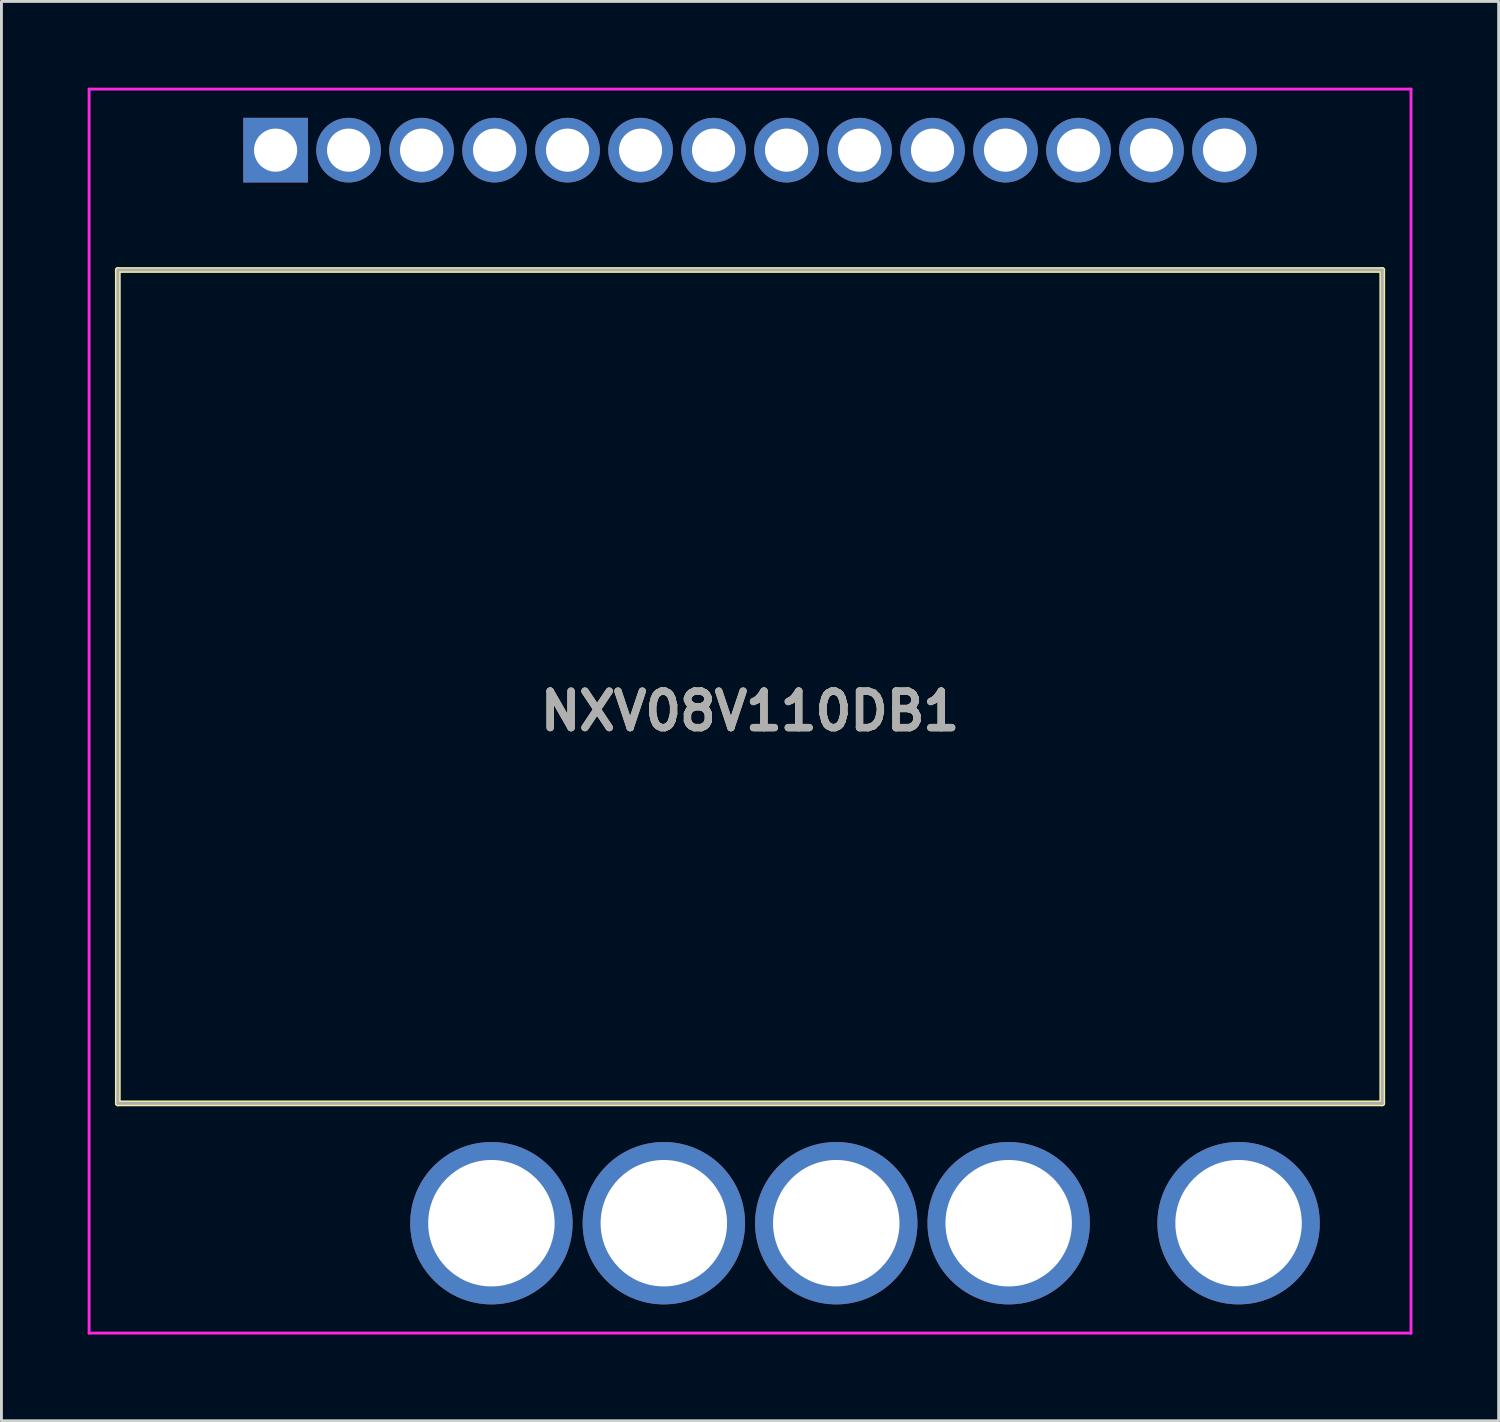
<source format=kicad_pcb>
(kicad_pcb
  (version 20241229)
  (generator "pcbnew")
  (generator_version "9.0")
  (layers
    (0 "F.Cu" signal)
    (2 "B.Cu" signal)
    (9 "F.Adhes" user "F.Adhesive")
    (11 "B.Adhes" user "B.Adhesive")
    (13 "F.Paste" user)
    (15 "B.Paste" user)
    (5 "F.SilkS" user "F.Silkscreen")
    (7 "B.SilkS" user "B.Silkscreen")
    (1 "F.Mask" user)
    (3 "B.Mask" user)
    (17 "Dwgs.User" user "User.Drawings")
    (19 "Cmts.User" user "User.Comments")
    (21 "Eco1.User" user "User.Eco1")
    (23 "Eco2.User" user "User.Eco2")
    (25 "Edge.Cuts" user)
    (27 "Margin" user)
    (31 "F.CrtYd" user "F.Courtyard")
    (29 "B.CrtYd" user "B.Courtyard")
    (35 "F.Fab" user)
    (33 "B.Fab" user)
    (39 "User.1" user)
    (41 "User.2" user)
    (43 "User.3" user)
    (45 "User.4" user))
  (footprint "NXV08V110DB1"
    (layer "F.Cu")
    (at 6.54 2.175)
    (property "Reference" "NXV08V110DB1" (at 16.51 19.52 0) (layer "F.SilkS") (effects (font (size 1.27 1.27) (thickness 0.254))))
    (attr through_hole)
    (fp_line (start -5.49 4.17) (end 38.51 4.17) (stroke (width 0.2) (type solid)) (layer "F.SilkS"))
    (fp_line (start -5.49 33.17) (end -5.49 4.17) (stroke (width 0.2) (type solid)) (layer "F.SilkS"))
    (fp_line (start 38.51 4.17) (end 38.51 33.17) (stroke (width 0.2) (type solid)) (layer "F.SilkS"))
    (fp_line (start 38.51 33.17) (end -5.49 33.17) (stroke (width 0.2) (type solid)) (layer "F.SilkS"))
    (fp_line (start -6.49 -2.125) (end 39.51 -2.125) (stroke (width 0.1) (type solid)) (layer "F.CrtYd"))
    (fp_line (start -6.49 41.165) (end -6.49 -2.125) (stroke (width 0.1) (type solid)) (layer "F.CrtYd"))
    (fp_line (start 39.51 -2.125) (end 39.51 41.165) (stroke (width 0.1) (type solid)) (layer "F.CrtYd"))
    (fp_line (start 39.51 41.165) (end -6.49 41.165) (stroke (width 0.1) (type solid)) (layer "F.CrtYd"))
    (fp_line (start -5.49 4.17) (end 38.51 4.17) (stroke (width 0.1) (type solid)) (layer "F.Fab"))
    (fp_line (start -5.49 33.17) (end -5.49 4.17) (stroke (width 0.1) (type solid)) (layer "F.Fab"))
    (fp_line (start 38.51 4.17) (end 38.51 33.17) (stroke (width 0.1) (type solid)) (layer "F.Fab"))
    (fp_line (start 38.51 33.17) (end -5.49 33.17) (stroke (width 0.1) (type solid)) (layer "F.Fab"))
    (fp_text user "${REFERENCE}" (at 16.51 19.52 0) (layer "F.Fab") (effects (font (size 1.27 1.27) (thickness 0.254))))
    (pad "1" thru_hole rect (at 0 0) (size 2.25 2.25) (drill 1.5) (layers "*.Cu" "*.Mask"))
    (pad "2" thru_hole circle (at 2.54 0) (size 2.25 2.25) (drill 1.5) (layers "*.Cu" "*.Mask"))
    (pad "3" thru_hole circle (at 5.08 0) (size 2.25 2.25) (drill 1.5) (layers "*.Cu" "*.Mask"))
    (pad "4" thru_hole circle (at 7.62 0) (size 2.25 2.25) (drill 1.5) (layers "*.Cu" "*.Mask"))
    (pad "5" thru_hole circle (at 10.16 0) (size 2.25 2.25) (drill 1.5) (layers "*.Cu" "*.Mask"))
    (pad "6" thru_hole circle (at 12.7 0) (size 2.25 2.25) (drill 1.5) (layers "*.Cu" "*.Mask"))
    (pad "7" thru_hole circle (at 15.24 0) (size 2.25 2.25) (drill 1.5) (layers "*.Cu" "*.Mask"))
    (pad "8" thru_hole circle (at 17.78 0) (size 2.25 2.25) (drill 1.5) (layers "*.Cu" "*.Mask"))
    (pad "9" thru_hole circle (at 20.32 0) (size 2.25 2.25) (drill 1.5) (layers "*.Cu" "*.Mask"))
    (pad "10" thru_hole circle (at 22.86 0) (size 2.25 2.25) (drill 1.5) (layers "*.Cu" "*.Mask"))
    (pad "11" thru_hole circle (at 25.4 0) (size 2.25 2.25) (drill 1.5) (layers "*.Cu" "*.Mask"))
    (pad "12" thru_hole circle (at 27.94 0) (size 2.25 2.25) (drill 1.5) (layers "*.Cu" "*.Mask"))
    (pad "13" thru_hole circle (at 30.48 0) (size 2.25 2.25) (drill 1.5) (layers "*.Cu" "*.Mask"))
    (pad "14" thru_hole circle (at 33.02 0) (size 2.25 2.25) (drill 1.5) (layers "*.Cu" "*.Mask"))
    (pad "15" thru_hole circle (at 33.51 37.34) (size 5.65 5.65) (drill 4.4) (layers "*.Cu" "*.Mask"))
    (pad "16" thru_hole circle (at 25.51 37.34) (size 5.65 5.65) (drill 4.4) (layers "*.Cu" "*.Mask"))
    (pad "17" thru_hole circle (at 19.51 37.34) (size 5.65 5.65) (drill 4.4) (layers "*.Cu" "*.Mask"))
    (pad "18" thru_hole circle (at 13.51 37.34) (size 5.65 5.65) (drill 4.4) (layers "*.Cu" "*.Mask"))
    (pad "19" thru_hole circle (at 7.51 37.34) (size 5.65 5.65) (drill 4.4) (layers "*.Cu" "*.Mask")))
  (gr_rect
    (start -3 -3)
    (end 49.1 46.39)
    (stroke (width 0.1) (type default))
    (fill no)
    (layer "Edge.Cuts")))
</source>
